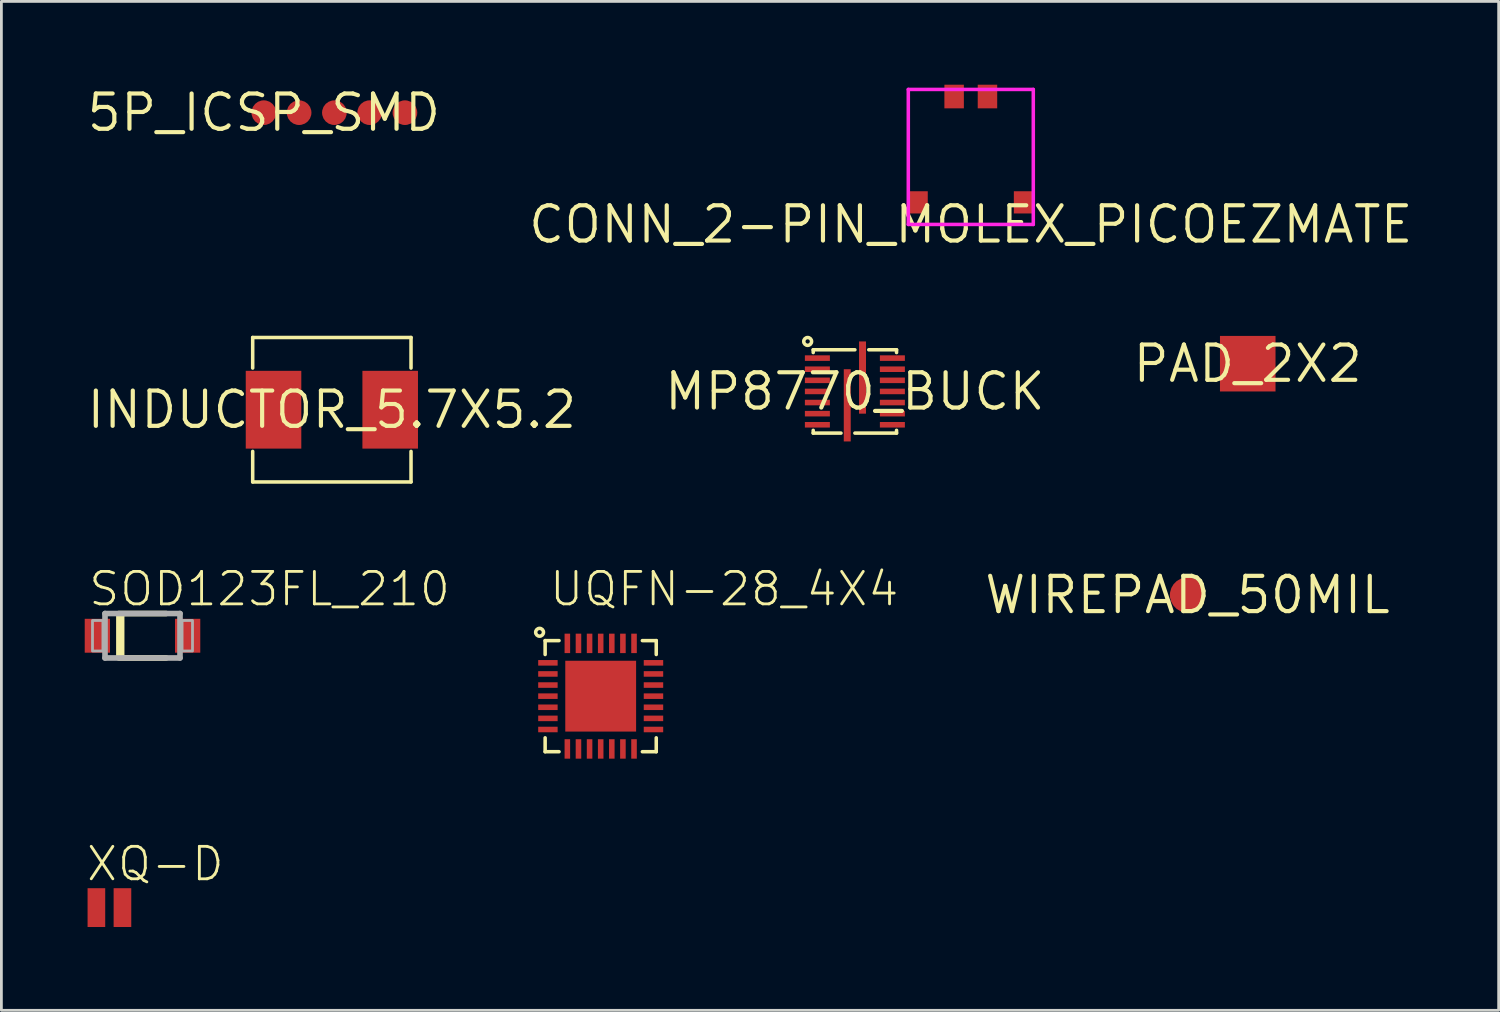
<source format=kicad_pcb>
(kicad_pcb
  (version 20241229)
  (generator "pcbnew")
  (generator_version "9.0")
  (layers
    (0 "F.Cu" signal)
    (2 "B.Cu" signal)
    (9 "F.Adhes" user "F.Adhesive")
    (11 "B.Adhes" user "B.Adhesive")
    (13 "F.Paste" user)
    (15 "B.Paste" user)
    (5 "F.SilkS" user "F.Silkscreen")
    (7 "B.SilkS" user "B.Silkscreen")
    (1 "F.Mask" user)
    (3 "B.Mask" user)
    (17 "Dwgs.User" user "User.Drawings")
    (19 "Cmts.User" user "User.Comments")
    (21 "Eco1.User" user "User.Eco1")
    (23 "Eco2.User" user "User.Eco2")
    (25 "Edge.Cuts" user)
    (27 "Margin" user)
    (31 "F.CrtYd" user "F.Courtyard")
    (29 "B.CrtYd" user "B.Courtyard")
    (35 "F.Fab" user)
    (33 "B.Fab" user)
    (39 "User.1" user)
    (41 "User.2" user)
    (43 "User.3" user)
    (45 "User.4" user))
  (footprint "SOD123FL_210"
    (layer "F.Cu")
    (at 2.08 19.837)
    (property "Reference" "SOD123FL_210" (at -2 -1 0) (unlocked yes) (layer "F.SilkS") (effects (font (size 1.168 1.168) (thickness 0.102)) (justify left bottom)))
    (fp_line (start -0.85 -0.8) (end 0.85 -0.8) (stroke (width 0.203) (type solid)) (layer "F.SilkS"))
    (fp_line (start 0.85 0.8) (end -0.85 0.8) (stroke (width 0.203) (type solid)) (layer "F.SilkS"))
    (fp_poly (pts (xy -0.95 0.775) (xy -0.65 0.775) (xy -0.65 -0.8) (xy -0.95 -0.8)) (stroke (width 0) (type default)) (fill yes) (layer "F.SilkS"))
    (fp_line (start -1.35 -0.8) (end 1.35 -0.8) (stroke (width 0.203) (type solid)) (layer "F.Fab"))
    (fp_line (start -1.35 0.8) (end -1.35 -0.8) (stroke (width 0.203) (type solid)) (layer "F.Fab"))
    (fp_line (start 1.35 -0.8) (end 1.35 0.8) (stroke (width 0.203) (type solid)) (layer "F.Fab"))
    (fp_line (start 1.35 0.8) (end -1.35 0.8) (stroke (width 0.203) (type solid)) (layer "F.Fab"))
    (fp_poly (pts (xy -1.8 0.55) (xy -1.425 0.55) (xy -1.425 -0.55) (xy -1.8 -0.55)) (stroke (width 0.1) (type default)) (fill no) (layer "F.Fab"))
    (fp_poly (pts (xy 1.8 -0.55) (xy 1.425 -0.55) (xy 1.425 0.55) (xy 1.8 0.55)) (stroke (width 0.1) (type default)) (fill no) (layer "F.Fab"))
    (pad "A" smd rect (at 1.625 0) (size 0.91 1.22) (layers "F.Cu" "F.Mask" "F.Paste"))
    (pad "C" smd rect (at -1.625 0 180) (size 0.91 1.22) (layers "F.Cu" "F.Mask" "F.Paste")))
  (footprint "XQ-D"
    (layer "F.Cu")
    (at 0.889 29.624)
    (property "Reference" "XQ-D" (at -0.889 -0.889 0) (unlocked yes) (layer "F.SilkS") (effects (font (size 1.168 1.168) (thickness 0.102)) (justify left bottom)))
    (pad "1" smd rect (at -0.469 0) (size 0.635 1.397) (layers "F.Cu" "F.Mask" "F.Paste"))
    (pad "2" smd rect (at 0.469 0) (size 0.635 1.397) (layers "F.Cu" "F.Mask" "F.Paste")))
  (footprint "CONN_2-PIN_MOLEX_PICOEZMATE"
    (layer "F.Cu")
    (at 31.899 5.03)
    (property "Reference" "CONN_2-PIN_MOLEX_PICOEZMATE" (at 0 0 0) (layer "F.SilkS") (effects (font (size 1.27 1.27) (thickness 0.15))))
    (fp_line (start -2.25 -4.86) (end 2.25 -4.86) (stroke (width 0.127) (type solid)) (layer "F.CrtYd"))
    (fp_line (start -2.25 0) (end -2.25 -4.86) (stroke (width 0.127) (type solid)) (layer "F.CrtYd"))
    (fp_line (start 2.25 -4.86) (end 2.25 0) (stroke (width 0.127) (type solid)) (layer "F.CrtYd"))
    (fp_line (start 2.25 0) (end -2.25 0) (stroke (width 0.127) (type solid)) (layer "F.CrtYd"))
    (pad "P$1" smd rect (at 0.6 -4.605 90) (size 0.851 0.701) (layers "F.Cu" "F.Mask" "F.Paste"))
    (pad "P$2" smd rect (at -0.6 -4.605 90) (size 0.851 0.701) (layers "F.Cu" "F.Mask" "F.Paste"))
    (pad "P$3" smd rect (at -1.9 -0.795 90) (size 0.8 0.701) (layers "F.Cu" "F.Mask" "F.Paste"))
    (pad "P$4" smd rect (at 1.9 -0.795 90) (size 0.8 0.701) (layers "F.Cu" "F.Mask" "F.Paste")))
  (footprint "WIREPAD_50MIL"
    (layer "F.Cu")
    (at 39.701 18.37)
    (property "Reference" "WIREPAD_50MIL" (at 0 0 0) (layer "F.SilkS") (effects (font (size 1.27 1.27) (thickness 0.15))))
    (pad "P$1" smd roundrect (at 0 0) (size 1.27 1.27) (layers "F.Cu" "F.Mask" "F.Paste") (roundrect_rratio 0.5)))
  (footprint "UQFN-28_4X4"
    (layer "F.Cu")
    (at 18.575 22.012)
    (property "Reference" "UQFN-28_4X4" (at -1.905 -3.175 0) (unlocked yes) (layer "F.SilkS") (effects (font (size 1.168 1.168) (thickness 0.102)) (justify left bottom)))
    (fp_line (start -2 -2) (end -1.5 -2) (stroke (width 0.127) (type solid)) (layer "F.SilkS"))
    (fp_line (start -2 -1.5) (end -2 -2) (stroke (width 0.127) (type solid)) (layer "F.SilkS"))
    (fp_line (start -2 2) (end -2 1.5) (stroke (width 0.127) (type solid)) (layer "F.SilkS"))
    (fp_line (start -1.5 2) (end -2 2) (stroke (width 0.127) (type solid)) (layer "F.SilkS"))
    (fp_line (start 1.5 -2) (end 2 -2) (stroke (width 0.127) (type solid)) (layer "F.SilkS"))
    (fp_line (start 2 -2) (end 2 -1.5) (stroke (width 0.127) (type solid)) (layer "F.SilkS"))
    (fp_line (start 2 1.5) (end 2 2) (stroke (width 0.127) (type solid)) (layer "F.SilkS"))
    (fp_line (start 2 2) (end 1.5 2) (stroke (width 0.127) (type solid)) (layer "F.SilkS"))
    (fp_circle (center -2.2 -2.3) (end -2.059 -2.3) (stroke (width 0.127) (type solid)) (fill no) (layer "F.SilkS"))
    (pad "P$1" smd rect (at -1.9 -1.2 90) (size 0.2 0.7) (layers "F.Cu" "F.Mask" "F.Paste"))
    (pad "P$2" smd rect (at -1.9 -0.8 90) (size 0.2 0.7) (layers "F.Cu" "F.Mask" "F.Paste"))
    (pad "P$3" smd rect (at -1.9 -0.4 90) (size 0.2 0.7) (layers "F.Cu" "F.Mask" "F.Paste"))
    (pad "P$4" smd rect (at -1.9 0 90) (size 0.2 0.7) (layers "F.Cu" "F.Mask" "F.Paste"))
    (pad "P$5" smd rect (at -1.9 0.4 90) (size 0.2 0.7) (layers "F.Cu" "F.Mask" "F.Paste"))
    (pad "P$6" smd rect (at -1.9 0.8 90) (size 0.2 0.7) (layers "F.Cu" "F.Mask" "F.Paste"))
    (pad "P$7" smd rect (at -1.9 1.2 90) (size 0.2 0.7) (layers "F.Cu" "F.Mask" "F.Paste"))
    (pad "P$8" smd rect (at -1.2 1.9 180) (size 0.2 0.7) (layers "F.Cu" "F.Mask" "F.Paste"))
    (pad "P$9" smd rect (at -0.8 1.9 180) (size 0.2 0.7) (layers "F.Cu" "F.Mask" "F.Paste"))
    (pad "P$10" smd rect (at -0.4 1.9 180) (size 0.2 0.7) (layers "F.Cu" "F.Mask" "F.Paste"))
    (pad "P$11" smd rect (at 0 1.9 180) (size 0.2 0.7) (layers "F.Cu" "F.Mask" "F.Paste"))
    (pad "P$12" smd rect (at 0.4 1.9 180) (size 0.2 0.7) (layers "F.Cu" "F.Mask" "F.Paste"))
    (pad "P$13" smd rect (at 0.8 1.9 180) (size 0.2 0.7) (layers "F.Cu" "F.Mask" "F.Paste"))
    (pad "P$14" smd rect (at 1.2 1.9 180) (size 0.2 0.7) (layers "F.Cu" "F.Mask" "F.Paste"))
    (pad "P$15" smd rect (at 1.9 1.2 270) (size 0.2 0.7) (layers "F.Cu" "F.Mask" "F.Paste"))
    (pad "P$16" smd rect (at 1.9 0.8 270) (size 0.2 0.7) (layers "F.Cu" "F.Mask" "F.Paste"))
    (pad "P$17" smd rect (at 1.9 0.4 270) (size 0.2 0.7) (layers "F.Cu" "F.Mask" "F.Paste"))
    (pad "P$18" smd rect (at 1.9 0 270) (size 0.2 0.7) (layers "F.Cu" "F.Mask" "F.Paste"))
    (pad "P$19" smd rect (at 1.9 -0.4 270) (size 0.2 0.7) (layers "F.Cu" "F.Mask" "F.Paste"))
    (pad "P$20" smd rect (at 1.9 -0.8 270) (size 0.2 0.7) (layers "F.Cu" "F.Mask" "F.Paste"))
    (pad "P$21" smd rect (at 1.9 -1.2 270) (size 0.2 0.7) (layers "F.Cu" "F.Mask" "F.Paste"))
    (pad "P$22" smd rect (at 1.2 -1.9) (size 0.2 0.7) (layers "F.Cu" "F.Mask" "F.Paste"))
    (pad "P$23" smd rect (at 0.8 -1.9) (size 0.2 0.7) (layers "F.Cu" "F.Mask" "F.Paste"))
    (pad "P$24" smd rect (at 0.4 -1.9) (size 0.2 0.7) (layers "F.Cu" "F.Mask" "F.Paste"))
    (pad "P$25" smd rect (at 0 -1.9) (size 0.2 0.7) (layers "F.Cu" "F.Mask" "F.Paste"))
    (pad "P$26" smd rect (at -0.4 -1.9) (size 0.2 0.7) (layers "F.Cu" "F.Mask" "F.Paste"))
    (pad "P$27" smd rect (at -0.8 -1.9) (size 0.2 0.7) (layers "F.Cu" "F.Mask" "F.Paste"))
    (pad "P$28" smd rect (at -1.2 -1.9) (size 0.2 0.7) (layers "F.Cu" "F.Mask" "F.Paste"))
    (pad "PAD" smd rect (at 0 0) (size 2.55 2.55) (layers "F.Cu" "F.Mask" "F.Paste")))
  (footprint "MP8770_BUCK"
    (layer "F.Cu")
    (at 27.726 11.042)
    (property "Reference" "MP8770_BUCK" (at 0 0 0) (layer "F.SilkS") (effects (font (size 1.27 1.27) (thickness 0.15))))
    (fp_poly (pts (xy -1.909 -1.048) (xy -0.791 -1.048) (xy -0.791 -1.352) (xy -1.909 -1.352)) (stroke (width 0) (type default)) (fill yes) (layer "F.Mask"))
    (fp_poly (pts (xy -1.909 -0.648) (xy -0.791 -0.648) (xy -0.791 -0.952) (xy -1.909 -0.952)) (stroke (width 0) (type default)) (fill yes) (layer "F.Mask"))
    (fp_poly (pts (xy -1.909 -0.248) (xy -0.791 -0.248) (xy -0.791 -0.552) (xy -1.909 -0.552)) (stroke (width 0) (type default)) (fill yes) (layer "F.Mask"))
    (fp_poly (pts (xy -1.909 0.152) (xy -0.791 0.152) (xy -0.791 -0.152) (xy -1.909 -0.152)) (stroke (width 0) (type default)) (fill yes) (layer "F.Mask"))
    (fp_poly (pts (xy -1.909 0.552) (xy -0.791 0.552) (xy -0.791 0.248) (xy -1.909 0.248)) (stroke (width 0) (type default)) (fill yes) (layer "F.Mask"))
    (fp_poly (pts (xy -1.909 0.952) (xy -0.791 0.952) (xy -0.791 0.648) (xy -1.909 0.648)) (stroke (width 0) (type default)) (fill yes) (layer "F.Mask"))
    (fp_poly (pts (xy -1.909 1.352) (xy -0.791 1.352) (xy -0.791 1.048) (xy -1.909 1.048)) (stroke (width 0) (type default)) (fill yes) (layer "F.Mask"))
    (fp_poly (pts (xy 0.791 -1.048) (xy 1.909 -1.048) (xy 1.909 -1.352) (xy 0.791 -1.352)) (stroke (width 0) (type default)) (fill yes) (layer "F.Mask"))
    (fp_poly (pts (xy 0.791 -0.648) (xy 1.909 -0.648) (xy 1.909 -0.952) (xy 0.791 -0.952)) (stroke (width 0) (type default)) (fill yes) (layer "F.Mask"))
    (fp_poly (pts (xy 0.791 -0.248) (xy 1.909 -0.248) (xy 1.909 -0.552) (xy 0.791 -0.552)) (stroke (width 0) (type default)) (fill yes) (layer "F.Mask"))
    (fp_poly (pts (xy 0.791 0.152) (xy 1.909 0.152) (xy 1.909 -0.152) (xy 0.791 -0.152)) (stroke (width 0) (type default)) (fill yes) (layer "F.Mask"))
    (fp_poly (pts (xy 0.791 0.552) (xy 1.909 0.552) (xy 1.909 0.248) (xy 0.791 0.248)) (stroke (width 0) (type default)) (fill yes) (layer "F.Mask"))
    (fp_poly (pts (xy 0.791 0.952) (xy 1.909 0.952) (xy 1.909 0.648) (xy 0.791 0.648)) (stroke (width 0) (type default)) (fill yes) (layer "F.Mask"))
    (fp_poly (pts (xy 0.791 1.352) (xy 1.909 1.352) (xy 1.909 1.048) (xy 0.791 1.048)) (stroke (width 0) (type default)) (fill yes) (layer "F.Mask"))
    (fp_line (start -1.5 -1.5) (end -1.5 -1.4) (stroke (width 0.127) (type solid)) (layer "F.SilkS"))
    (fp_line (start -1.5 -1.5) (end 0 -1.5) (stroke (width 0.127) (type solid)) (layer "F.SilkS"))
    (fp_line (start -1.5 1.5) (end -1.5 1.4) (stroke (width 0.127) (type solid)) (layer "F.SilkS"))
    (fp_line (start -0.5 1.5) (end -1.5 1.5) (stroke (width 0.127) (type solid)) (layer "F.SilkS"))
    (fp_line (start 0.5 -1.5) (end 1.5 -1.5) (stroke (width 0.127) (type solid)) (layer "F.SilkS"))
    (fp_line (start 1.5 -1.5) (end 1.5 -1.4) (stroke (width 0.127) (type solid)) (layer "F.SilkS"))
    (fp_line (start 1.5 1.4) (end 1.5 1.5) (stroke (width 0.127) (type solid)) (layer "F.SilkS"))
    (fp_line (start 1.5 1.5) (end 0 1.5) (stroke (width 0.127) (type solid)) (layer "F.SilkS"))
    (fp_circle (center -1.7 -1.8) (end -1.559 -1.8) (stroke (width 0.127) (type solid)) (fill no) (layer "F.SilkS"))
    (pad "P$1" smd rect (at -1.35 -1.2) (size 0.9 0.2) (layers "F.Cu" "F.Paste"))
    (pad "P$2" smd rect (at -1.35 -0.8) (size 0.9 0.2) (layers "F.Cu" "F.Paste"))
    (pad "P$3" smd rect (at -1.35 -0.4) (size 0.9 0.2) (layers "F.Cu" "F.Paste"))
    (pad "P$4" smd rect (at -1.35 0) (size 0.9 0.2) (layers "F.Cu" "F.Paste"))
    (pad "P$5" smd rect (at -1.35 0.4) (size 0.9 0.2) (layers "F.Cu" "F.Paste"))
    (pad "P$6" smd rect (at -1.35 0.8) (size 0.9 0.2) (layers "F.Cu" "F.Paste"))
    (pad "P$7" smd rect (at -1.35 1.2) (size 0.9 0.2) (layers "F.Cu" "F.Paste"))
    (pad "P$8" smd rect (at -0.275 0.5 90) (size 2.6 0.25) (layers "F.Cu" "F.Mask" "F.Paste"))
    (pad "P$9" smd rect (at 1.35 1.2 180) (size 0.9 0.2) (layers "F.Cu" "F.Paste"))
    (pad "P$10" smd rect (at 1.35 0.8 180) (size 0.9 0.2) (layers "F.Cu" "F.Paste"))
    (pad "P$11" smd rect (at 1.35 0.4 180) (size 0.9 0.2) (layers "F.Cu" "F.Paste"))
    (pad "P$12" smd rect (at 1.35 0 180) (size 0.9 0.2) (layers "F.Cu" "F.Paste"))
    (pad "P$13" smd rect (at 1.35 -0.4 180) (size 0.9 0.2) (layers "F.Cu" "F.Paste"))
    (pad "P$14" smd rect (at 1.35 -0.8 180) (size 0.9 0.2) (layers "F.Cu" "F.Paste"))
    (pad "P$15" smd rect (at 1.35 -1.2 180) (size 0.9 0.2) (layers "F.Cu" "F.Paste"))
    (pad "P$16" smd rect (at 0.275 -0.5 270) (size 2.6 0.25) (layers "F.Cu" "F.Mask" "F.Paste")))
  (footprint "INDUCTOR_5.7X5.2"
    (layer "F.Cu")
    (at 8.897 11.7)
    (property "Reference" "INDUCTOR_5.7X5.2" (at 0 0 0) (layer "F.SilkS") (effects (font (size 1.27 1.27) (thickness 0.15))))
    (fp_line (start -2.85 -2.6) (end 2.85 -2.6) (stroke (width 0.127) (type solid)) (layer "F.SilkS"))
    (fp_line (start -2.85 -1.5) (end -2.85 -2.6) (stroke (width 0.127) (type solid)) (layer "F.SilkS"))
    (fp_line (start -2.85 1.5) (end -2.85 2.6) (stroke (width 0.127) (type solid)) (layer "F.SilkS"))
    (fp_line (start -2.85 2.6) (end 2.85 2.6) (stroke (width 0.127) (type solid)) (layer "F.SilkS"))
    (fp_line (start 2.85 -2.6) (end 2.85 -1.5) (stroke (width 0.127) (type solid)) (layer "F.SilkS"))
    (fp_line (start 2.85 2.6) (end 2.85 1.5) (stroke (width 0.127) (type solid)) (layer "F.SilkS"))
    (pad "P$1" smd rect (at -2.1 0) (size 2 2.8) (layers "F.Cu" "F.Mask" "F.Paste"))
    (pad "P$2" smd rect (at 2.1 0) (size 2 2.8) (layers "F.Cu" "F.Mask" "F.Paste")))
  (footprint "5P_ICSP_SMD"
    (layer "F.Cu")
    (at 6.448 1.006)
    (property "Reference" "5P_ICSP_SMD" (at 0 0 0) (layer "F.SilkS") (effects (font (size 1.27 1.27) (thickness 0.15))))
    (pad "P$1" smd roundrect (at 0 0) (size 0.889 0.889) (layers "F.Cu" "F.Mask" "F.Paste") (roundrect_rratio 0.5))
    (pad "P$2" smd roundrect (at 1.27 0) (size 0.889 0.889) (layers "F.Cu" "F.Mask" "F.Paste") (roundrect_rratio 0.5))
    (pad "P$3" smd roundrect (at 2.54 0) (size 0.889 0.889) (layers "F.Cu" "F.Mask" "F.Paste") (roundrect_rratio 0.5))
    (pad "P$4" smd roundrect (at 3.81 0) (size 0.889 0.889) (layers "F.Cu" "F.Mask" "F.Paste") (roundrect_rratio 0.5))
    (pad "P$5" smd roundrect (at 5.08 0) (size 0.889 0.889) (layers "F.Cu" "F.Mask" "F.Paste") (roundrect_rratio 0.5)))
  (footprint "PAD_2X2"
    (layer "F.Cu")
    (at 41.869 10.043)
    (property "Reference" "PAD_2X2" (at 0 0 0) (layer "F.SilkS") (effects (font (size 1.27 1.27) (thickness 0.15))))
    (pad "P$1" smd rect (at 0 0) (size 2 2) (layers "F.Cu" "F.Mask")))
  (gr_rect
    (start -3 -3)
    (end 50.902 33.323)
    (stroke (width 0.1) (type default))
    (fill no)
    (layer "Edge.Cuts")))
</source>
